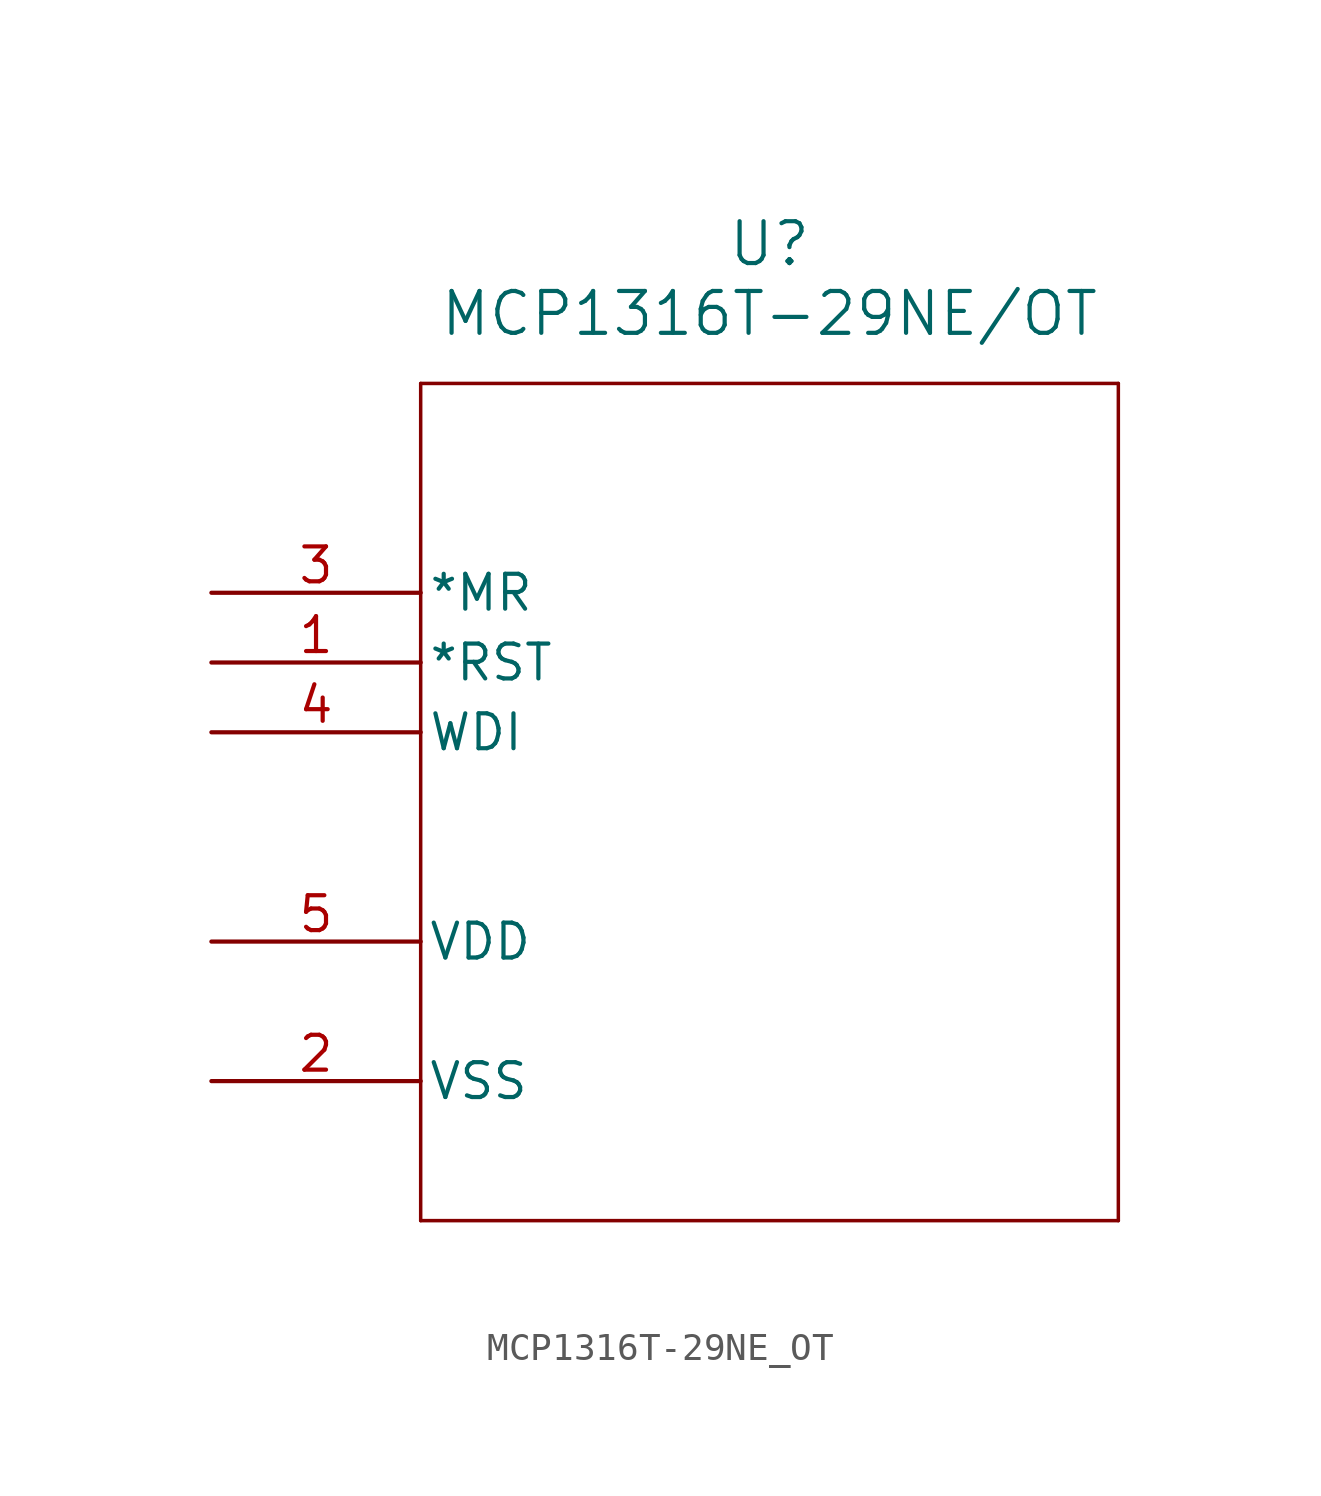
<source format=kicad_sym>
(kicad_symbol_lib
  (version 20231120)
  (generator "kicad_symbol_editor")
  (generator_version "8.0")
  (symbol "MCP1316T-29NE_OT"
    (pin_names
      (offset 0.254))
    (property "Reference" "U"
      (at 20.32 12.7 0)
      (effects (font (size 1.524 1.524))))
    (property "Value" "MCP1316T-29NE/OT"
      (at 20.32 10.16 0)
      (effects (font (size 1.524 1.524))))
    (property "ki_locked" ""
      (at 0 0 0)
      (effects (font (size 1.27 1.27))))
    (symbol "MCP1316T-29NE_OT_0_1"
      (polyline (pts (xy 7.62 -22.86) (xy 33.02 -22.86)) (stroke (width 0.127) (type default)) (fill (type none)))
      (polyline (pts (xy 7.62 7.62) (xy 7.62 -22.86)) (stroke (width 0.127) (type default)) (fill (type none)))
      (polyline (pts (xy 33.02 -22.86) (xy 33.02 7.62)) (stroke (width 0.127) (type default)) (fill (type none)))
      (polyline (pts (xy 33.02 7.62) (xy 7.62 7.62)) (stroke (width 0.127) (type default)) (fill (type none)))
      (pin unspecified line (at 0 -2.54 0) (length 7.62) (name "*RST" (effects (font (size 1.27 1.27)))) (number "1" (effects (font (size 1.27 1.27)))))
      (pin unspecified line (at 0 -17.78 0) (length 7.62) (name "VSS" (effects (font (size 1.27 1.27)))) (number "2" (effects (font (size 1.27 1.27)))))
      (pin unspecified line (at 0 0 0) (length 7.62) (name "*MR" (effects (font (size 1.27 1.27)))) (number "3" (effects (font (size 1.27 1.27)))))
      (pin unspecified line (at 0 -5.08 0) (length 7.62) (name "WDI" (effects (font (size 1.27 1.27)))) (number "4" (effects (font (size 1.27 1.27)))))
      (pin unspecified line (at 0 -12.7 0) (length 7.62) (name "VDD" (effects (font (size 1.27 1.27)))) (number "5" (effects (font (size 1.27 1.27))))))))
</source>
